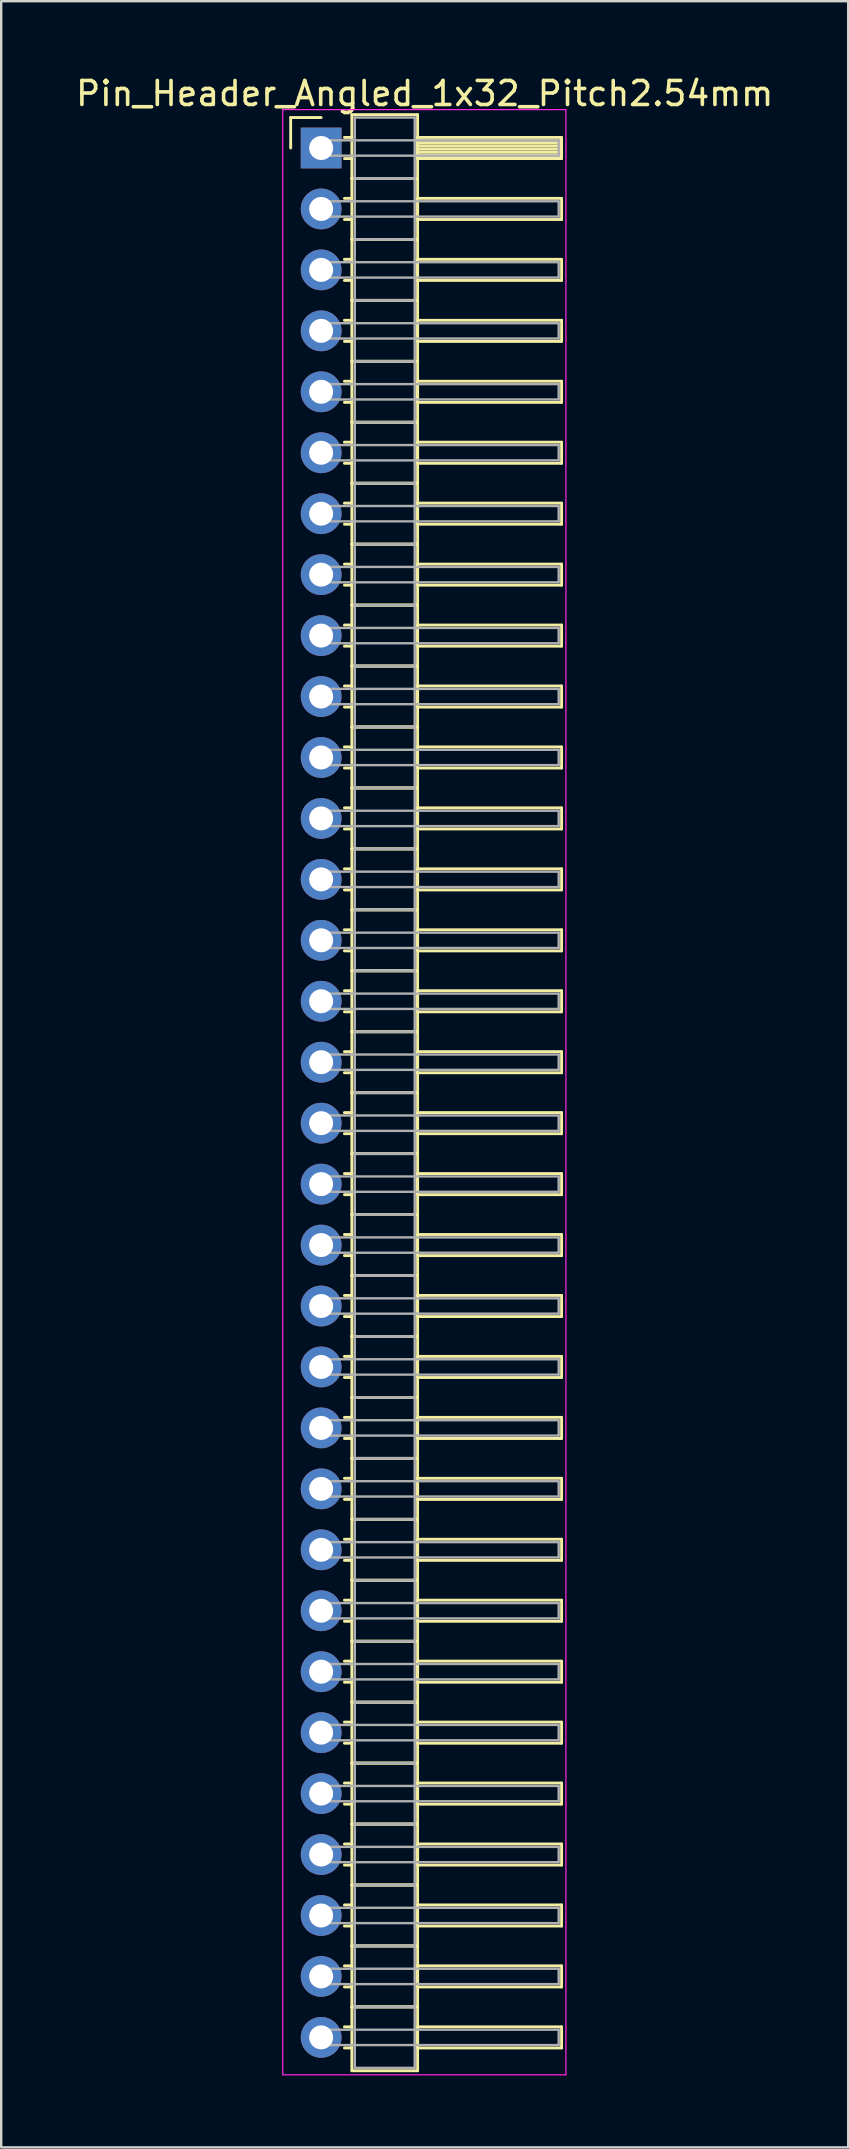
<source format=kicad_pcb>
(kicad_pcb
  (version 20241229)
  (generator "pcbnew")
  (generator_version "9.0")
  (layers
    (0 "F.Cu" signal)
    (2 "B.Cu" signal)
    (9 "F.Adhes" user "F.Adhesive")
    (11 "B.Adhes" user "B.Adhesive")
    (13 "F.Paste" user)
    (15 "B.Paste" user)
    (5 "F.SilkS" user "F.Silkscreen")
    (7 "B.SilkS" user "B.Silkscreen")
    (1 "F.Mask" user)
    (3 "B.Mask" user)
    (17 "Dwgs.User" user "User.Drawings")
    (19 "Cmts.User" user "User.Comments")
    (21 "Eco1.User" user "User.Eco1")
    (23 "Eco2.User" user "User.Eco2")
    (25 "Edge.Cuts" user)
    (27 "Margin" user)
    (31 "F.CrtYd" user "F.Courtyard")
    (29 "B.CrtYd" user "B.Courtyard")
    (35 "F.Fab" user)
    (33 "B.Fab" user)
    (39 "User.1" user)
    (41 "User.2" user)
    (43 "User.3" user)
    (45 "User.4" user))
  (footprint "Pin_Header_Angled_1x32_Pitch2.54mm"
    (layer "F.Cu")
    (at 10.334 3.118)
    (property "Reference" "Pin_Header_Angled_1x32_Pitch2.54mm" (at 4.315 -2.27 0) (layer "F.SilkS") (effects (font (size 1 1) (thickness 0.15))))
    (attr through_hole)
    (fp_line (start -1.27 -1.27) (end 0 -1.27) (stroke (width 0.12) (type solid)) (layer "F.SilkS"))
    (fp_line (start -1.27 0) (end -1.27 -1.27) (stroke (width 0.12) (type solid)) (layer "F.SilkS"))
    (fp_line (start 0.97 -0.44) (end 1.28 -0.44) (stroke (width 0.12) (type solid)) (layer "F.SilkS"))
    (fp_line (start 0.97 0.44) (end 1.28 0.44) (stroke (width 0.12) (type solid)) (layer "F.SilkS"))
    (fp_line (start 0.97 2.1) (end 1.28 2.1) (stroke (width 0.12) (type solid)) (layer "F.SilkS"))
    (fp_line (start 0.97 2.98) (end 1.28 2.98) (stroke (width 0.12) (type solid)) (layer "F.SilkS"))
    (fp_line (start 0.97 4.64) (end 1.28 4.64) (stroke (width 0.12) (type solid)) (layer "F.SilkS"))
    (fp_line (start 0.97 5.52) (end 1.28 5.52) (stroke (width 0.12) (type solid)) (layer "F.SilkS"))
    (fp_line (start 0.97 7.18) (end 1.28 7.18) (stroke (width 0.12) (type solid)) (layer "F.SilkS"))
    (fp_line (start 0.97 8.06) (end 1.28 8.06) (stroke (width 0.12) (type solid)) (layer "F.SilkS"))
    (fp_line (start 0.97 9.72) (end 1.28 9.72) (stroke (width 0.12) (type solid)) (layer "F.SilkS"))
    (fp_line (start 0.97 10.6) (end 1.28 10.6) (stroke (width 0.12) (type solid)) (layer "F.SilkS"))
    (fp_line (start 0.97 12.26) (end 1.28 12.26) (stroke (width 0.12) (type solid)) (layer "F.SilkS"))
    (fp_line (start 0.97 13.14) (end 1.28 13.14) (stroke (width 0.12) (type solid)) (layer "F.SilkS"))
    (fp_line (start 0.97 14.8) (end 1.28 14.8) (stroke (width 0.12) (type solid)) (layer "F.SilkS"))
    (fp_line (start 0.97 15.68) (end 1.28 15.68) (stroke (width 0.12) (type solid)) (layer "F.SilkS"))
    (fp_line (start 0.97 17.34) (end 1.28 17.34) (stroke (width 0.12) (type solid)) (layer "F.SilkS"))
    (fp_line (start 0.97 18.22) (end 1.28 18.22) (stroke (width 0.12) (type solid)) (layer "F.SilkS"))
    (fp_line (start 0.97 19.88) (end 1.28 19.88) (stroke (width 0.12) (type solid)) (layer "F.SilkS"))
    (fp_line (start 0.97 20.76) (end 1.28 20.76) (stroke (width 0.12) (type solid)) (layer "F.SilkS"))
    (fp_line (start 0.97 22.42) (end 1.28 22.42) (stroke (width 0.12) (type solid)) (layer "F.SilkS"))
    (fp_line (start 0.97 23.3) (end 1.28 23.3) (stroke (width 0.12) (type solid)) (layer "F.SilkS"))
    (fp_line (start 0.97 24.96) (end 1.28 24.96) (stroke (width 0.12) (type solid)) (layer "F.SilkS"))
    (fp_line (start 0.97 25.84) (end 1.28 25.84) (stroke (width 0.12) (type solid)) (layer "F.SilkS"))
    (fp_line (start 0.97 27.5) (end 1.28 27.5) (stroke (width 0.12) (type solid)) (layer "F.SilkS"))
    (fp_line (start 0.97 28.38) (end 1.28 28.38) (stroke (width 0.12) (type solid)) (layer "F.SilkS"))
    (fp_line (start 0.97 30.04) (end 1.28 30.04) (stroke (width 0.12) (type solid)) (layer "F.SilkS"))
    (fp_line (start 0.97 30.92) (end 1.28 30.92) (stroke (width 0.12) (type solid)) (layer "F.SilkS"))
    (fp_line (start 0.97 32.58) (end 1.28 32.58) (stroke (width 0.12) (type solid)) (layer "F.SilkS"))
    (fp_line (start 0.97 33.46) (end 1.28 33.46) (stroke (width 0.12) (type solid)) (layer "F.SilkS"))
    (fp_line (start 0.97 35.12) (end 1.28 35.12) (stroke (width 0.12) (type solid)) (layer "F.SilkS"))
    (fp_line (start 0.97 36) (end 1.28 36) (stroke (width 0.12) (type solid)) (layer "F.SilkS"))
    (fp_line (start 0.97 37.66) (end 1.28 37.66) (stroke (width 0.12) (type solid)) (layer "F.SilkS"))
    (fp_line (start 0.97 38.54) (end 1.28 38.54) (stroke (width 0.12) (type solid)) (layer "F.SilkS"))
    (fp_line (start 0.97 40.2) (end 1.28 40.2) (stroke (width 0.12) (type solid)) (layer "F.SilkS"))
    (fp_line (start 0.97 41.08) (end 1.28 41.08) (stroke (width 0.12) (type solid)) (layer "F.SilkS"))
    (fp_line (start 0.97 42.74) (end 1.28 42.74) (stroke (width 0.12) (type solid)) (layer "F.SilkS"))
    (fp_line (start 0.97 43.62) (end 1.28 43.62) (stroke (width 0.12) (type solid)) (layer "F.SilkS"))
    (fp_line (start 0.97 45.28) (end 1.28 45.28) (stroke (width 0.12) (type solid)) (layer "F.SilkS"))
    (fp_line (start 0.97 46.16) (end 1.28 46.16) (stroke (width 0.12) (type solid)) (layer "F.SilkS"))
    (fp_line (start 0.97 47.82) (end 1.28 47.82) (stroke (width 0.12) (type solid)) (layer "F.SilkS"))
    (fp_line (start 0.97 48.7) (end 1.28 48.7) (stroke (width 0.12) (type solid)) (layer "F.SilkS"))
    (fp_line (start 0.97 50.36) (end 1.28 50.36) (stroke (width 0.12) (type solid)) (layer "F.SilkS"))
    (fp_line (start 0.97 51.24) (end 1.28 51.24) (stroke (width 0.12) (type solid)) (layer "F.SilkS"))
    (fp_line (start 0.97 52.9) (end 1.28 52.9) (stroke (width 0.12) (type solid)) (layer "F.SilkS"))
    (fp_line (start 0.97 53.78) (end 1.28 53.78) (stroke (width 0.12) (type solid)) (layer "F.SilkS"))
    (fp_line (start 0.97 55.44) (end 1.28 55.44) (stroke (width 0.12) (type solid)) (layer "F.SilkS"))
    (fp_line (start 0.97 56.32) (end 1.28 56.32) (stroke (width 0.12) (type solid)) (layer "F.SilkS"))
    (fp_line (start 0.97 57.98) (end 1.28 57.98) (stroke (width 0.12) (type solid)) (layer "F.SilkS"))
    (fp_line (start 0.97 58.86) (end 1.28 58.86) (stroke (width 0.12) (type solid)) (layer "F.SilkS"))
    (fp_line (start 0.97 60.52) (end 1.28 60.52) (stroke (width 0.12) (type solid)) (layer "F.SilkS"))
    (fp_line (start 0.97 61.4) (end 1.28 61.4) (stroke (width 0.12) (type solid)) (layer "F.SilkS"))
    (fp_line (start 0.97 63.06) (end 1.28 63.06) (stroke (width 0.12) (type solid)) (layer "F.SilkS"))
    (fp_line (start 0.97 63.94) (end 1.28 63.94) (stroke (width 0.12) (type solid)) (layer "F.SilkS"))
    (fp_line (start 0.97 65.6) (end 1.28 65.6) (stroke (width 0.12) (type solid)) (layer "F.SilkS"))
    (fp_line (start 0.97 66.48) (end 1.28 66.48) (stroke (width 0.12) (type solid)) (layer "F.SilkS"))
    (fp_line (start 0.97 68.14) (end 1.28 68.14) (stroke (width 0.12) (type solid)) (layer "F.SilkS"))
    (fp_line (start 0.97 69.02) (end 1.28 69.02) (stroke (width 0.12) (type solid)) (layer "F.SilkS"))
    (fp_line (start 0.97 70.68) (end 1.28 70.68) (stroke (width 0.12) (type solid)) (layer "F.SilkS"))
    (fp_line (start 0.97 71.56) (end 1.28 71.56) (stroke (width 0.12) (type solid)) (layer "F.SilkS"))
    (fp_line (start 0.97 73.22) (end 1.28 73.22) (stroke (width 0.12) (type solid)) (layer "F.SilkS"))
    (fp_line (start 0.97 74.1) (end 1.28 74.1) (stroke (width 0.12) (type solid)) (layer "F.SilkS"))
    (fp_line (start 0.97 75.76) (end 1.28 75.76) (stroke (width 0.12) (type solid)) (layer "F.SilkS"))
    (fp_line (start 0.97 76.64) (end 1.28 76.64) (stroke (width 0.12) (type solid)) (layer "F.SilkS"))
    (fp_line (start 0.97 78.3) (end 1.28 78.3) (stroke (width 0.12) (type solid)) (layer "F.SilkS"))
    (fp_line (start 0.97 79.18) (end 1.28 79.18) (stroke (width 0.12) (type solid)) (layer "F.SilkS"))
    (fp_line (start 1.28 -1.39) (end 1.28 1.27) (stroke (width 0.12) (type solid)) (layer "F.SilkS"))
    (fp_line (start 1.28 1.27) (end 1.28 3.81) (stroke (width 0.12) (type solid)) (layer "F.SilkS"))
    (fp_line (start 1.28 1.27) (end 4.02 1.27) (stroke (width 0.12) (type solid)) (layer "F.SilkS"))
    (fp_line (start 1.28 3.81) (end 1.28 6.35) (stroke (width 0.12) (type solid)) (layer "F.SilkS"))
    (fp_line (start 1.28 3.81) (end 4.02 3.81) (stroke (width 0.12) (type solid)) (layer "F.SilkS"))
    (fp_line (start 1.28 6.35) (end 1.28 8.89) (stroke (width 0.12) (type solid)) (layer "F.SilkS"))
    (fp_line (start 1.28 6.35) (end 4.02 6.35) (stroke (width 0.12) (type solid)) (layer "F.SilkS"))
    (fp_line (start 1.28 8.89) (end 1.28 11.43) (stroke (width 0.12) (type solid)) (layer "F.SilkS"))
    (fp_line (start 1.28 8.89) (end 4.02 8.89) (stroke (width 0.12) (type solid)) (layer "F.SilkS"))
    (fp_line (start 1.28 11.43) (end 1.28 13.97) (stroke (width 0.12) (type solid)) (layer "F.SilkS"))
    (fp_line (start 1.28 11.43) (end 4.02 11.43) (stroke (width 0.12) (type solid)) (layer "F.SilkS"))
    (fp_line (start 1.28 13.97) (end 1.28 16.51) (stroke (width 0.12) (type solid)) (layer "F.SilkS"))
    (fp_line (start 1.28 13.97) (end 4.02 13.97) (stroke (width 0.12) (type solid)) (layer "F.SilkS"))
    (fp_line (start 1.28 16.51) (end 1.28 19.05) (stroke (width 0.12) (type solid)) (layer "F.SilkS"))
    (fp_line (start 1.28 16.51) (end 4.02 16.51) (stroke (width 0.12) (type solid)) (layer "F.SilkS"))
    (fp_line (start 1.28 19.05) (end 1.28 21.59) (stroke (width 0.12) (type solid)) (layer "F.SilkS"))
    (fp_line (start 1.28 19.05) (end 4.02 19.05) (stroke (width 0.12) (type solid)) (layer "F.SilkS"))
    (fp_line (start 1.28 21.59) (end 1.28 24.13) (stroke (width 0.12) (type solid)) (layer "F.SilkS"))
    (fp_line (start 1.28 21.59) (end 4.02 21.59) (stroke (width 0.12) (type solid)) (layer "F.SilkS"))
    (fp_line (start 1.28 24.13) (end 1.28 26.67) (stroke (width 0.12) (type solid)) (layer "F.SilkS"))
    (fp_line (start 1.28 24.13) (end 4.02 24.13) (stroke (width 0.12) (type solid)) (layer "F.SilkS"))
    (fp_line (start 1.28 26.67) (end 1.28 29.21) (stroke (width 0.12) (type solid)) (layer "F.SilkS"))
    (fp_line (start 1.28 26.67) (end 4.02 26.67) (stroke (width 0.12) (type solid)) (layer "F.SilkS"))
    (fp_line (start 1.28 29.21) (end 1.28 31.75) (stroke (width 0.12) (type solid)) (layer "F.SilkS"))
    (fp_line (start 1.28 29.21) (end 4.02 29.21) (stroke (width 0.12) (type solid)) (layer "F.SilkS"))
    (fp_line (start 1.28 31.75) (end 1.28 34.29) (stroke (width 0.12) (type solid)) (layer "F.SilkS"))
    (fp_line (start 1.28 31.75) (end 4.02 31.75) (stroke (width 0.12) (type solid)) (layer "F.SilkS"))
    (fp_line (start 1.28 34.29) (end 1.28 36.83) (stroke (width 0.12) (type solid)) (layer "F.SilkS"))
    (fp_line (start 1.28 34.29) (end 4.02 34.29) (stroke (width 0.12) (type solid)) (layer "F.SilkS"))
    (fp_line (start 1.28 36.83) (end 1.28 39.37) (stroke (width 0.12) (type solid)) (layer "F.SilkS"))
    (fp_line (start 1.28 36.83) (end 4.02 36.83) (stroke (width 0.12) (type solid)) (layer "F.SilkS"))
    (fp_line (start 1.28 39.37) (end 1.28 41.91) (stroke (width 0.12) (type solid)) (layer "F.SilkS"))
    (fp_line (start 1.28 39.37) (end 4.02 39.37) (stroke (width 0.12) (type solid)) (layer "F.SilkS"))
    (fp_line (start 1.28 41.91) (end 1.28 44.45) (stroke (width 0.12) (type solid)) (layer "F.SilkS"))
    (fp_line (start 1.28 41.91) (end 4.02 41.91) (stroke (width 0.12) (type solid)) (layer "F.SilkS"))
    (fp_line (start 1.28 44.45) (end 1.28 46.99) (stroke (width 0.12) (type solid)) (layer "F.SilkS"))
    (fp_line (start 1.28 44.45) (end 4.02 44.45) (stroke (width 0.12) (type solid)) (layer "F.SilkS"))
    (fp_line (start 1.28 46.99) (end 1.28 49.53) (stroke (width 0.12) (type solid)) (layer "F.SilkS"))
    (fp_line (start 1.28 46.99) (end 4.02 46.99) (stroke (width 0.12) (type solid)) (layer "F.SilkS"))
    (fp_line (start 1.28 49.53) (end 1.28 52.07) (stroke (width 0.12) (type solid)) (layer "F.SilkS"))
    (fp_line (start 1.28 49.53) (end 4.02 49.53) (stroke (width 0.12) (type solid)) (layer "F.SilkS"))
    (fp_line (start 1.28 52.07) (end 1.28 54.61) (stroke (width 0.12) (type solid)) (layer "F.SilkS"))
    (fp_line (start 1.28 52.07) (end 4.02 52.07) (stroke (width 0.12) (type solid)) (layer "F.SilkS"))
    (fp_line (start 1.28 54.61) (end 1.28 57.15) (stroke (width 0.12) (type solid)) (layer "F.SilkS"))
    (fp_line (start 1.28 54.61) (end 4.02 54.61) (stroke (width 0.12) (type solid)) (layer "F.SilkS"))
    (fp_line (start 1.28 57.15) (end 1.28 59.69) (stroke (width 0.12) (type solid)) (layer "F.SilkS"))
    (fp_line (start 1.28 57.15) (end 4.02 57.15) (stroke (width 0.12) (type solid)) (layer "F.SilkS"))
    (fp_line (start 1.28 59.69) (end 1.28 62.23) (stroke (width 0.12) (type solid)) (layer "F.SilkS"))
    (fp_line (start 1.28 59.69) (end 4.02 59.69) (stroke (width 0.12) (type solid)) (layer "F.SilkS"))
    (fp_line (start 1.28 62.23) (end 1.28 64.77) (stroke (width 0.12) (type solid)) (layer "F.SilkS"))
    (fp_line (start 1.28 62.23) (end 4.02 62.23) (stroke (width 0.12) (type solid)) (layer "F.SilkS"))
    (fp_line (start 1.28 64.77) (end 1.28 67.31) (stroke (width 0.12) (type solid)) (layer "F.SilkS"))
    (fp_line (start 1.28 64.77) (end 4.02 64.77) (stroke (width 0.12) (type solid)) (layer "F.SilkS"))
    (fp_line (start 1.28 67.31) (end 1.28 69.85) (stroke (width 0.12) (type solid)) (layer "F.SilkS"))
    (fp_line (start 1.28 67.31) (end 4.02 67.31) (stroke (width 0.12) (type solid)) (layer "F.SilkS"))
    (fp_line (start 1.28 69.85) (end 1.28 72.39) (stroke (width 0.12) (type solid)) (layer "F.SilkS"))
    (fp_line (start 1.28 69.85) (end 4.02 69.85) (stroke (width 0.12) (type solid)) (layer "F.SilkS"))
    (fp_line (start 1.28 72.39) (end 1.28 74.93) (stroke (width 0.12) (type solid)) (layer "F.SilkS"))
    (fp_line (start 1.28 72.39) (end 4.02 72.39) (stroke (width 0.12) (type solid)) (layer "F.SilkS"))
    (fp_line (start 1.28 74.93) (end 1.28 77.47) (stroke (width 0.12) (type solid)) (layer "F.SilkS"))
    (fp_line (start 1.28 74.93) (end 4.02 74.93) (stroke (width 0.12) (type solid)) (layer "F.SilkS"))
    (fp_line (start 1.28 77.47) (end 1.28 80.13) (stroke (width 0.12) (type solid)) (layer "F.SilkS"))
    (fp_line (start 1.28 77.47) (end 4.02 77.47) (stroke (width 0.12) (type solid)) (layer "F.SilkS"))
    (fp_line (start 1.28 80.13) (end 4.02 80.13) (stroke (width 0.12) (type solid)) (layer "F.SilkS"))
    (fp_line (start 4.02 -1.39) (end 1.28 -1.39) (stroke (width 0.12) (type solid)) (layer "F.SilkS"))
    (fp_line (start 4.02 -0.44) (end 4.02 0.44) (stroke (width 0.12) (type solid)) (layer "F.SilkS"))
    (fp_line (start 4.02 -0.32) (end 10.02 -0.32) (stroke (width 0.12) (type solid)) (layer "F.SilkS"))
    (fp_line (start 4.02 -0.2) (end 10.02 -0.2) (stroke (width 0.12) (type solid)) (layer "F.SilkS"))
    (fp_line (start 4.02 -0.08) (end 10.02 -0.08) (stroke (width 0.12) (type solid)) (layer "F.SilkS"))
    (fp_line (start 4.02 0.04) (end 10.02 0.04) (stroke (width 0.12) (type solid)) (layer "F.SilkS"))
    (fp_line (start 4.02 0.16) (end 10.02 0.16) (stroke (width 0.12) (type solid)) (layer "F.SilkS"))
    (fp_line (start 4.02 0.28) (end 10.02 0.28) (stroke (width 0.12) (type solid)) (layer "F.SilkS"))
    (fp_line (start 4.02 0.4) (end 10.02 0.4) (stroke (width 0.12) (type solid)) (layer "F.SilkS"))
    (fp_line (start 4.02 0.44) (end 10.02 0.44) (stroke (width 0.12) (type solid)) (layer "F.SilkS"))
    (fp_line (start 4.02 1.27) (end 1.28 1.27) (stroke (width 0.12) (type solid)) (layer "F.SilkS"))
    (fp_line (start 4.02 1.27) (end 4.02 -1.39) (stroke (width 0.12) (type solid)) (layer "F.SilkS"))
    (fp_line (start 4.02 2.1) (end 4.02 2.98) (stroke (width 0.12) (type solid)) (layer "F.SilkS"))
    (fp_line (start 4.02 2.98) (end 10.02 2.98) (stroke (width 0.12) (type solid)) (layer "F.SilkS"))
    (fp_line (start 4.02 3.81) (end 1.28 3.81) (stroke (width 0.12) (type solid)) (layer "F.SilkS"))
    (fp_line (start 4.02 3.81) (end 4.02 1.27) (stroke (width 0.12) (type solid)) (layer "F.SilkS"))
    (fp_line (start 4.02 4.64) (end 4.02 5.52) (stroke (width 0.12) (type solid)) (layer "F.SilkS"))
    (fp_line (start 4.02 5.52) (end 10.02 5.52) (stroke (width 0.12) (type solid)) (layer "F.SilkS"))
    (fp_line (start 4.02 6.35) (end 1.28 6.35) (stroke (width 0.12) (type solid)) (layer "F.SilkS"))
    (fp_line (start 4.02 6.35) (end 4.02 3.81) (stroke (width 0.12) (type solid)) (layer "F.SilkS"))
    (fp_line (start 4.02 7.18) (end 4.02 8.06) (stroke (width 0.12) (type solid)) (layer "F.SilkS"))
    (fp_line (start 4.02 8.06) (end 10.02 8.06) (stroke (width 0.12) (type solid)) (layer "F.SilkS"))
    (fp_line (start 4.02 8.89) (end 1.28 8.89) (stroke (width 0.12) (type solid)) (layer "F.SilkS"))
    (fp_line (start 4.02 8.89) (end 4.02 6.35) (stroke (width 0.12) (type solid)) (layer "F.SilkS"))
    (fp_line (start 4.02 9.72) (end 4.02 10.6) (stroke (width 0.12) (type solid)) (layer "F.SilkS"))
    (fp_line (start 4.02 10.6) (end 10.02 10.6) (stroke (width 0.12) (type solid)) (layer "F.SilkS"))
    (fp_line (start 4.02 11.43) (end 1.28 11.43) (stroke (width 0.12) (type solid)) (layer "F.SilkS"))
    (fp_line (start 4.02 11.43) (end 4.02 8.89) (stroke (width 0.12) (type solid)) (layer "F.SilkS"))
    (fp_line (start 4.02 12.26) (end 4.02 13.14) (stroke (width 0.12) (type solid)) (layer "F.SilkS"))
    (fp_line (start 4.02 13.14) (end 10.02 13.14) (stroke (width 0.12) (type solid)) (layer "F.SilkS"))
    (fp_line (start 4.02 13.97) (end 1.28 13.97) (stroke (width 0.12) (type solid)) (layer "F.SilkS"))
    (fp_line (start 4.02 13.97) (end 4.02 11.43) (stroke (width 0.12) (type solid)) (layer "F.SilkS"))
    (fp_line (start 4.02 14.8) (end 4.02 15.68) (stroke (width 0.12) (type solid)) (layer "F.SilkS"))
    (fp_line (start 4.02 15.68) (end 10.02 15.68) (stroke (width 0.12) (type solid)) (layer "F.SilkS"))
    (fp_line (start 4.02 16.51) (end 1.28 16.51) (stroke (width 0.12) (type solid)) (layer "F.SilkS"))
    (fp_line (start 4.02 16.51) (end 4.02 13.97) (stroke (width 0.12) (type solid)) (layer "F.SilkS"))
    (fp_line (start 4.02 17.34) (end 4.02 18.22) (stroke (width 0.12) (type solid)) (layer "F.SilkS"))
    (fp_line (start 4.02 18.22) (end 10.02 18.22) (stroke (width 0.12) (type solid)) (layer "F.SilkS"))
    (fp_line (start 4.02 19.05) (end 1.28 19.05) (stroke (width 0.12) (type solid)) (layer "F.SilkS"))
    (fp_line (start 4.02 19.05) (end 4.02 16.51) (stroke (width 0.12) (type solid)) (layer "F.SilkS"))
    (fp_line (start 4.02 19.88) (end 4.02 20.76) (stroke (width 0.12) (type solid)) (layer "F.SilkS"))
    (fp_line (start 4.02 20.76) (end 10.02 20.76) (stroke (width 0.12) (type solid)) (layer "F.SilkS"))
    (fp_line (start 4.02 21.59) (end 1.28 21.59) (stroke (width 0.12) (type solid)) (layer "F.SilkS"))
    (fp_line (start 4.02 21.59) (end 4.02 19.05) (stroke (width 0.12) (type solid)) (layer "F.SilkS"))
    (fp_line (start 4.02 22.42) (end 4.02 23.3) (stroke (width 0.12) (type solid)) (layer "F.SilkS"))
    (fp_line (start 4.02 23.3) (end 10.02 23.3) (stroke (width 0.12) (type solid)) (layer "F.SilkS"))
    (fp_line (start 4.02 24.13) (end 1.28 24.13) (stroke (width 0.12) (type solid)) (layer "F.SilkS"))
    (fp_line (start 4.02 24.13) (end 4.02 21.59) (stroke (width 0.12) (type solid)) (layer "F.SilkS"))
    (fp_line (start 4.02 24.96) (end 4.02 25.84) (stroke (width 0.12) (type solid)) (layer "F.SilkS"))
    (fp_line (start 4.02 25.84) (end 10.02 25.84) (stroke (width 0.12) (type solid)) (layer "F.SilkS"))
    (fp_line (start 4.02 26.67) (end 1.28 26.67) (stroke (width 0.12) (type solid)) (layer "F.SilkS"))
    (fp_line (start 4.02 26.67) (end 4.02 24.13) (stroke (width 0.12) (type solid)) (layer "F.SilkS"))
    (fp_line (start 4.02 27.5) (end 4.02 28.38) (stroke (width 0.12) (type solid)) (layer "F.SilkS"))
    (fp_line (start 4.02 28.38) (end 10.02 28.38) (stroke (width 0.12) (type solid)) (layer "F.SilkS"))
    (fp_line (start 4.02 29.21) (end 1.28 29.21) (stroke (width 0.12) (type solid)) (layer "F.SilkS"))
    (fp_line (start 4.02 29.21) (end 4.02 26.67) (stroke (width 0.12) (type solid)) (layer "F.SilkS"))
    (fp_line (start 4.02 30.04) (end 4.02 30.92) (stroke (width 0.12) (type solid)) (layer "F.SilkS"))
    (fp_line (start 4.02 30.92) (end 10.02 30.92) (stroke (width 0.12) (type solid)) (layer "F.SilkS"))
    (fp_line (start 4.02 31.75) (end 1.28 31.75) (stroke (width 0.12) (type solid)) (layer "F.SilkS"))
    (fp_line (start 4.02 31.75) (end 4.02 29.21) (stroke (width 0.12) (type solid)) (layer "F.SilkS"))
    (fp_line (start 4.02 32.58) (end 4.02 33.46) (stroke (width 0.12) (type solid)) (layer "F.SilkS"))
    (fp_line (start 4.02 33.46) (end 10.02 33.46) (stroke (width 0.12) (type solid)) (layer "F.SilkS"))
    (fp_line (start 4.02 34.29) (end 1.28 34.29) (stroke (width 0.12) (type solid)) (layer "F.SilkS"))
    (fp_line (start 4.02 34.29) (end 4.02 31.75) (stroke (width 0.12) (type solid)) (layer "F.SilkS"))
    (fp_line (start 4.02 35.12) (end 4.02 36) (stroke (width 0.12) (type solid)) (layer "F.SilkS"))
    (fp_line (start 4.02 36) (end 10.02 36) (stroke (width 0.12) (type solid)) (layer "F.SilkS"))
    (fp_line (start 4.02 36.83) (end 1.28 36.83) (stroke (width 0.12) (type solid)) (layer "F.SilkS"))
    (fp_line (start 4.02 36.83) (end 4.02 34.29) (stroke (width 0.12) (type solid)) (layer "F.SilkS"))
    (fp_line (start 4.02 37.66) (end 4.02 38.54) (stroke (width 0.12) (type solid)) (layer "F.SilkS"))
    (fp_line (start 4.02 38.54) (end 10.02 38.54) (stroke (width 0.12) (type solid)) (layer "F.SilkS"))
    (fp_line (start 4.02 39.37) (end 1.28 39.37) (stroke (width 0.12) (type solid)) (layer "F.SilkS"))
    (fp_line (start 4.02 39.37) (end 4.02 36.83) (stroke (width 0.12) (type solid)) (layer "F.SilkS"))
    (fp_line (start 4.02 40.2) (end 4.02 41.08) (stroke (width 0.12) (type solid)) (layer "F.SilkS"))
    (fp_line (start 4.02 41.08) (end 10.02 41.08) (stroke (width 0.12) (type solid)) (layer "F.SilkS"))
    (fp_line (start 4.02 41.91) (end 1.28 41.91) (stroke (width 0.12) (type solid)) (layer "F.SilkS"))
    (fp_line (start 4.02 41.91) (end 4.02 39.37) (stroke (width 0.12) (type solid)) (layer "F.SilkS"))
    (fp_line (start 4.02 42.74) (end 4.02 43.62) (stroke (width 0.12) (type solid)) (layer "F.SilkS"))
    (fp_line (start 4.02 43.62) (end 10.02 43.62) (stroke (width 0.12) (type solid)) (layer "F.SilkS"))
    (fp_line (start 4.02 44.45) (end 1.28 44.45) (stroke (width 0.12) (type solid)) (layer "F.SilkS"))
    (fp_line (start 4.02 44.45) (end 4.02 41.91) (stroke (width 0.12) (type solid)) (layer "F.SilkS"))
    (fp_line (start 4.02 45.28) (end 4.02 46.16) (stroke (width 0.12) (type solid)) (layer "F.SilkS"))
    (fp_line (start 4.02 46.16) (end 10.02 46.16) (stroke (width 0.12) (type solid)) (layer "F.SilkS"))
    (fp_line (start 4.02 46.99) (end 1.28 46.99) (stroke (width 0.12) (type solid)) (layer "F.SilkS"))
    (fp_line (start 4.02 46.99) (end 4.02 44.45) (stroke (width 0.12) (type solid)) (layer "F.SilkS"))
    (fp_line (start 4.02 47.82) (end 4.02 48.7) (stroke (width 0.12) (type solid)) (layer "F.SilkS"))
    (fp_line (start 4.02 48.7) (end 10.02 48.7) (stroke (width 0.12) (type solid)) (layer "F.SilkS"))
    (fp_line (start 4.02 49.53) (end 1.28 49.53) (stroke (width 0.12) (type solid)) (layer "F.SilkS"))
    (fp_line (start 4.02 49.53) (end 4.02 46.99) (stroke (width 0.12) (type solid)) (layer "F.SilkS"))
    (fp_line (start 4.02 50.36) (end 4.02 51.24) (stroke (width 0.12) (type solid)) (layer "F.SilkS"))
    (fp_line (start 4.02 51.24) (end 10.02 51.24) (stroke (width 0.12) (type solid)) (layer "F.SilkS"))
    (fp_line (start 4.02 52.07) (end 1.28 52.07) (stroke (width 0.12) (type solid)) (layer "F.SilkS"))
    (fp_line (start 4.02 52.07) (end 4.02 49.53) (stroke (width 0.12) (type solid)) (layer "F.SilkS"))
    (fp_line (start 4.02 52.9) (end 4.02 53.78) (stroke (width 0.12) (type solid)) (layer "F.SilkS"))
    (fp_line (start 4.02 53.78) (end 10.02 53.78) (stroke (width 0.12) (type solid)) (layer "F.SilkS"))
    (fp_line (start 4.02 54.61) (end 1.28 54.61) (stroke (width 0.12) (type solid)) (layer "F.SilkS"))
    (fp_line (start 4.02 54.61) (end 4.02 52.07) (stroke (width 0.12) (type solid)) (layer "F.SilkS"))
    (fp_line (start 4.02 55.44) (end 4.02 56.32) (stroke (width 0.12) (type solid)) (layer "F.SilkS"))
    (fp_line (start 4.02 56.32) (end 10.02 56.32) (stroke (width 0.12) (type solid)) (layer "F.SilkS"))
    (fp_line (start 4.02 57.15) (end 1.28 57.15) (stroke (width 0.12) (type solid)) (layer "F.SilkS"))
    (fp_line (start 4.02 57.15) (end 4.02 54.61) (stroke (width 0.12) (type solid)) (layer "F.SilkS"))
    (fp_line (start 4.02 57.98) (end 4.02 58.86) (stroke (width 0.12) (type solid)) (layer "F.SilkS"))
    (fp_line (start 4.02 58.86) (end 10.02 58.86) (stroke (width 0.12) (type solid)) (layer "F.SilkS"))
    (fp_line (start 4.02 59.69) (end 1.28 59.69) (stroke (width 0.12) (type solid)) (layer "F.SilkS"))
    (fp_line (start 4.02 59.69) (end 4.02 57.15) (stroke (width 0.12) (type solid)) (layer "F.SilkS"))
    (fp_line (start 4.02 60.52) (end 4.02 61.4) (stroke (width 0.12) (type solid)) (layer "F.SilkS"))
    (fp_line (start 4.02 61.4) (end 10.02 61.4) (stroke (width 0.12) (type solid)) (layer "F.SilkS"))
    (fp_line (start 4.02 62.23) (end 1.28 62.23) (stroke (width 0.12) (type solid)) (layer "F.SilkS"))
    (fp_line (start 4.02 62.23) (end 4.02 59.69) (stroke (width 0.12) (type solid)) (layer "F.SilkS"))
    (fp_line (start 4.02 63.06) (end 4.02 63.94) (stroke (width 0.12) (type solid)) (layer "F.SilkS"))
    (fp_line (start 4.02 63.94) (end 10.02 63.94) (stroke (width 0.12) (type solid)) (layer "F.SilkS"))
    (fp_line (start 4.02 64.77) (end 1.28 64.77) (stroke (width 0.12) (type solid)) (layer "F.SilkS"))
    (fp_line (start 4.02 64.77) (end 4.02 62.23) (stroke (width 0.12) (type solid)) (layer "F.SilkS"))
    (fp_line (start 4.02 65.6) (end 4.02 66.48) (stroke (width 0.12) (type solid)) (layer "F.SilkS"))
    (fp_line (start 4.02 66.48) (end 10.02 66.48) (stroke (width 0.12) (type solid)) (layer "F.SilkS"))
    (fp_line (start 4.02 67.31) (end 1.28 67.31) (stroke (width 0.12) (type solid)) (layer "F.SilkS"))
    (fp_line (start 4.02 67.31) (end 4.02 64.77) (stroke (width 0.12) (type solid)) (layer "F.SilkS"))
    (fp_line (start 4.02 68.14) (end 4.02 69.02) (stroke (width 0.12) (type solid)) (layer "F.SilkS"))
    (fp_line (start 4.02 69.02) (end 10.02 69.02) (stroke (width 0.12) (type solid)) (layer "F.SilkS"))
    (fp_line (start 4.02 69.85) (end 1.28 69.85) (stroke (width 0.12) (type solid)) (layer "F.SilkS"))
    (fp_line (start 4.02 69.85) (end 4.02 67.31) (stroke (width 0.12) (type solid)) (layer "F.SilkS"))
    (fp_line (start 4.02 70.68) (end 4.02 71.56) (stroke (width 0.12) (type solid)) (layer "F.SilkS"))
    (fp_line (start 4.02 71.56) (end 10.02 71.56) (stroke (width 0.12) (type solid)) (layer "F.SilkS"))
    (fp_line (start 4.02 72.39) (end 1.28 72.39) (stroke (width 0.12) (type solid)) (layer "F.SilkS"))
    (fp_line (start 4.02 72.39) (end 4.02 69.85) (stroke (width 0.12) (type solid)) (layer "F.SilkS"))
    (fp_line (start 4.02 73.22) (end 4.02 74.1) (stroke (width 0.12) (type solid)) (layer "F.SilkS"))
    (fp_line (start 4.02 74.1) (end 10.02 74.1) (stroke (width 0.12) (type solid)) (layer "F.SilkS"))
    (fp_line (start 4.02 74.93) (end 1.28 74.93) (stroke (width 0.12) (type solid)) (layer "F.SilkS"))
    (fp_line (start 4.02 74.93) (end 4.02 72.39) (stroke (width 0.12) (type solid)) (layer "F.SilkS"))
    (fp_line (start 4.02 75.76) (end 4.02 76.64) (stroke (width 0.12) (type solid)) (layer "F.SilkS"))
    (fp_line (start 4.02 76.64) (end 10.02 76.64) (stroke (width 0.12) (type solid)) (layer "F.SilkS"))
    (fp_line (start 4.02 77.47) (end 1.28 77.47) (stroke (width 0.12) (type solid)) (layer "F.SilkS"))
    (fp_line (start 4.02 77.47) (end 4.02 74.93) (stroke (width 0.12) (type solid)) (layer "F.SilkS"))
    (fp_line (start 4.02 78.3) (end 4.02 79.18) (stroke (width 0.12) (type solid)) (layer "F.SilkS"))
    (fp_line (start 4.02 79.18) (end 10.02 79.18) (stroke (width 0.12) (type solid)) (layer "F.SilkS"))
    (fp_line (start 4.02 80.13) (end 4.02 77.47) (stroke (width 0.12) (type solid)) (layer "F.SilkS"))
    (fp_line (start 10.02 -0.44) (end 4.02 -0.44) (stroke (width 0.12) (type solid)) (layer "F.SilkS"))
    (fp_line (start 10.02 0.44) (end 10.02 -0.44) (stroke (width 0.12) (type solid)) (layer "F.SilkS"))
    (fp_line (start 10.02 2.1) (end 4.02 2.1) (stroke (width 0.12) (type solid)) (layer "F.SilkS"))
    (fp_line (start 10.02 2.98) (end 10.02 2.1) (stroke (width 0.12) (type solid)) (layer "F.SilkS"))
    (fp_line (start 10.02 4.64) (end 4.02 4.64) (stroke (width 0.12) (type solid)) (layer "F.SilkS"))
    (fp_line (start 10.02 5.52) (end 10.02 4.64) (stroke (width 0.12) (type solid)) (layer "F.SilkS"))
    (fp_line (start 10.02 7.18) (end 4.02 7.18) (stroke (width 0.12) (type solid)) (layer "F.SilkS"))
    (fp_line (start 10.02 8.06) (end 10.02 7.18) (stroke (width 0.12) (type solid)) (layer "F.SilkS"))
    (fp_line (start 10.02 9.72) (end 4.02 9.72) (stroke (width 0.12) (type solid)) (layer "F.SilkS"))
    (fp_line (start 10.02 10.6) (end 10.02 9.72) (stroke (width 0.12) (type solid)) (layer "F.SilkS"))
    (fp_line (start 10.02 12.26) (end 4.02 12.26) (stroke (width 0.12) (type solid)) (layer "F.SilkS"))
    (fp_line (start 10.02 13.14) (end 10.02 12.26) (stroke (width 0.12) (type solid)) (layer "F.SilkS"))
    (fp_line (start 10.02 14.8) (end 4.02 14.8) (stroke (width 0.12) (type solid)) (layer "F.SilkS"))
    (fp_line (start 10.02 15.68) (end 10.02 14.8) (stroke (width 0.12) (type solid)) (layer "F.SilkS"))
    (fp_line (start 10.02 17.34) (end 4.02 17.34) (stroke (width 0.12) (type solid)) (layer "F.SilkS"))
    (fp_line (start 10.02 18.22) (end 10.02 17.34) (stroke (width 0.12) (type solid)) (layer "F.SilkS"))
    (fp_line (start 10.02 19.88) (end 4.02 19.88) (stroke (width 0.12) (type solid)) (layer "F.SilkS"))
    (fp_line (start 10.02 20.76) (end 10.02 19.88) (stroke (width 0.12) (type solid)) (layer "F.SilkS"))
    (fp_line (start 10.02 22.42) (end 4.02 22.42) (stroke (width 0.12) (type solid)) (layer "F.SilkS"))
    (fp_line (start 10.02 23.3) (end 10.02 22.42) (stroke (width 0.12) (type solid)) (layer "F.SilkS"))
    (fp_line (start 10.02 24.96) (end 4.02 24.96) (stroke (width 0.12) (type solid)) (layer "F.SilkS"))
    (fp_line (start 10.02 25.84) (end 10.02 24.96) (stroke (width 0.12) (type solid)) (layer "F.SilkS"))
    (fp_line (start 10.02 27.5) (end 4.02 27.5) (stroke (width 0.12) (type solid)) (layer "F.SilkS"))
    (fp_line (start 10.02 28.38) (end 10.02 27.5) (stroke (width 0.12) (type solid)) (layer "F.SilkS"))
    (fp_line (start 10.02 30.04) (end 4.02 30.04) (stroke (width 0.12) (type solid)) (layer "F.SilkS"))
    (fp_line (start 10.02 30.92) (end 10.02 30.04) (stroke (width 0.12) (type solid)) (layer "F.SilkS"))
    (fp_line (start 10.02 32.58) (end 4.02 32.58) (stroke (width 0.12) (type solid)) (layer "F.SilkS"))
    (fp_line (start 10.02 33.46) (end 10.02 32.58) (stroke (width 0.12) (type solid)) (layer "F.SilkS"))
    (fp_line (start 10.02 35.12) (end 4.02 35.12) (stroke (width 0.12) (type solid)) (layer "F.SilkS"))
    (fp_line (start 10.02 36) (end 10.02 35.12) (stroke (width 0.12) (type solid)) (layer "F.SilkS"))
    (fp_line (start 10.02 37.66) (end 4.02 37.66) (stroke (width 0.12) (type solid)) (layer "F.SilkS"))
    (fp_line (start 10.02 38.54) (end 10.02 37.66) (stroke (width 0.12) (type solid)) (layer "F.SilkS"))
    (fp_line (start 10.02 40.2) (end 4.02 40.2) (stroke (width 0.12) (type solid)) (layer "F.SilkS"))
    (fp_line (start 10.02 41.08) (end 10.02 40.2) (stroke (width 0.12) (type solid)) (layer "F.SilkS"))
    (fp_line (start 10.02 42.74) (end 4.02 42.74) (stroke (width 0.12) (type solid)) (layer "F.SilkS"))
    (fp_line (start 10.02 43.62) (end 10.02 42.74) (stroke (width 0.12) (type solid)) (layer "F.SilkS"))
    (fp_line (start 10.02 45.28) (end 4.02 45.28) (stroke (width 0.12) (type solid)) (layer "F.SilkS"))
    (fp_line (start 10.02 46.16) (end 10.02 45.28) (stroke (width 0.12) (type solid)) (layer "F.SilkS"))
    (fp_line (start 10.02 47.82) (end 4.02 47.82) (stroke (width 0.12) (type solid)) (layer "F.SilkS"))
    (fp_line (start 10.02 48.7) (end 10.02 47.82) (stroke (width 0.12) (type solid)) (layer "F.SilkS"))
    (fp_line (start 10.02 50.36) (end 4.02 50.36) (stroke (width 0.12) (type solid)) (layer "F.SilkS"))
    (fp_line (start 10.02 51.24) (end 10.02 50.36) (stroke (width 0.12) (type solid)) (layer "F.SilkS"))
    (fp_line (start 10.02 52.9) (end 4.02 52.9) (stroke (width 0.12) (type solid)) (layer "F.SilkS"))
    (fp_line (start 10.02 53.78) (end 10.02 52.9) (stroke (width 0.12) (type solid)) (layer "F.SilkS"))
    (fp_line (start 10.02 55.44) (end 4.02 55.44) (stroke (width 0.12) (type solid)) (layer "F.SilkS"))
    (fp_line (start 10.02 56.32) (end 10.02 55.44) (stroke (width 0.12) (type solid)) (layer "F.SilkS"))
    (fp_line (start 10.02 57.98) (end 4.02 57.98) (stroke (width 0.12) (type solid)) (layer "F.SilkS"))
    (fp_line (start 10.02 58.86) (end 10.02 57.98) (stroke (width 0.12) (type solid)) (layer "F.SilkS"))
    (fp_line (start 10.02 60.52) (end 4.02 60.52) (stroke (width 0.12) (type solid)) (layer "F.SilkS"))
    (fp_line (start 10.02 61.4) (end 10.02 60.52) (stroke (width 0.12) (type solid)) (layer "F.SilkS"))
    (fp_line (start 10.02 63.06) (end 4.02 63.06) (stroke (width 0.12) (type solid)) (layer "F.SilkS"))
    (fp_line (start 10.02 63.94) (end 10.02 63.06) (stroke (width 0.12) (type solid)) (layer "F.SilkS"))
    (fp_line (start 10.02 65.6) (end 4.02 65.6) (stroke (width 0.12) (type solid)) (layer "F.SilkS"))
    (fp_line (start 10.02 66.48) (end 10.02 65.6) (stroke (width 0.12) (type solid)) (layer "F.SilkS"))
    (fp_line (start 10.02 68.14) (end 4.02 68.14) (stroke (width 0.12) (type solid)) (layer "F.SilkS"))
    (fp_line (start 10.02 69.02) (end 10.02 68.14) (stroke (width 0.12) (type solid)) (layer "F.SilkS"))
    (fp_line (start 10.02 70.68) (end 4.02 70.68) (stroke (width 0.12) (type solid)) (layer "F.SilkS"))
    (fp_line (start 10.02 71.56) (end 10.02 70.68) (stroke (width 0.12) (type solid)) (layer "F.SilkS"))
    (fp_line (start 10.02 73.22) (end 4.02 73.22) (stroke (width 0.12) (type solid)) (layer "F.SilkS"))
    (fp_line (start 10.02 74.1) (end 10.02 73.22) (stroke (width 0.12) (type solid)) (layer "F.SilkS"))
    (fp_line (start 10.02 75.76) (end 4.02 75.76) (stroke (width 0.12) (type solid)) (layer "F.SilkS"))
    (fp_line (start 10.02 76.64) (end 10.02 75.76) (stroke (width 0.12) (type solid)) (layer "F.SilkS"))
    (fp_line (start 10.02 78.3) (end 4.02 78.3) (stroke (width 0.12) (type solid)) (layer "F.SilkS"))
    (fp_line (start 10.02 79.18) (end 10.02 78.3) (stroke (width 0.12) (type solid)) (layer "F.SilkS"))
    (fp_line (start -1.6 -1.6) (end -1.6 80.3) (stroke (width 0.05) (type solid)) (layer "F.CrtYd"))
    (fp_line (start -1.6 80.3) (end 10.2 80.3) (stroke (width 0.05) (type solid)) (layer "F.CrtYd"))
    (fp_line (start 10.2 -1.6) (end -1.6 -1.6) (stroke (width 0.05) (type solid)) (layer "F.CrtYd"))
    (fp_line (start 10.2 80.3) (end 10.2 -1.6) (stroke (width 0.05) (type solid)) (layer "F.CrtYd"))
    (fp_line (start 0 -0.32) (end 0 0.32) (stroke (width 0.1) (type solid)) (layer "F.Fab"))
    (fp_line (start 0 0.32) (end 9.9 0.32) (stroke (width 0.1) (type solid)) (layer "F.Fab"))
    (fp_line (start 0 2.22) (end 0 2.86) (stroke (width 0.1) (type solid)) (layer "F.Fab"))
    (fp_line (start 0 2.86) (end 9.9 2.86) (stroke (width 0.1) (type solid)) (layer "F.Fab"))
    (fp_line (start 0 4.76) (end 0 5.4) (stroke (width 0.1) (type solid)) (layer "F.Fab"))
    (fp_line (start 0 5.4) (end 9.9 5.4) (stroke (width 0.1) (type solid)) (layer "F.Fab"))
    (fp_line (start 0 7.3) (end 0 7.94) (stroke (width 0.1) (type solid)) (layer "F.Fab"))
    (fp_line (start 0 7.94) (end 9.9 7.94) (stroke (width 0.1) (type solid)) (layer "F.Fab"))
    (fp_line (start 0 9.84) (end 0 10.48) (stroke (width 0.1) (type solid)) (layer "F.Fab"))
    (fp_line (start 0 10.48) (end 9.9 10.48) (stroke (width 0.1) (type solid)) (layer "F.Fab"))
    (fp_line (start 0 12.38) (end 0 13.02) (stroke (width 0.1) (type solid)) (layer "F.Fab"))
    (fp_line (start 0 13.02) (end 9.9 13.02) (stroke (width 0.1) (type solid)) (layer "F.Fab"))
    (fp_line (start 0 14.92) (end 0 15.56) (stroke (width 0.1) (type solid)) (layer "F.Fab"))
    (fp_line (start 0 15.56) (end 9.9 15.56) (stroke (width 0.1) (type solid)) (layer "F.Fab"))
    (fp_line (start 0 17.46) (end 0 18.1) (stroke (width 0.1) (type solid)) (layer "F.Fab"))
    (fp_line (start 0 18.1) (end 9.9 18.1) (stroke (width 0.1) (type solid)) (layer "F.Fab"))
    (fp_line (start 0 20) (end 0 20.64) (stroke (width 0.1) (type solid)) (layer "F.Fab"))
    (fp_line (start 0 20.64) (end 9.9 20.64) (stroke (width 0.1) (type solid)) (layer "F.Fab"))
    (fp_line (start 0 22.54) (end 0 23.18) (stroke (width 0.1) (type solid)) (layer "F.Fab"))
    (fp_line (start 0 23.18) (end 9.9 23.18) (stroke (width 0.1) (type solid)) (layer "F.Fab"))
    (fp_line (start 0 25.08) (end 0 25.72) (stroke (width 0.1) (type solid)) (layer "F.Fab"))
    (fp_line (start 0 25.72) (end 9.9 25.72) (stroke (width 0.1) (type solid)) (layer "F.Fab"))
    (fp_line (start 0 27.62) (end 0 28.26) (stroke (width 0.1) (type solid)) (layer "F.Fab"))
    (fp_line (start 0 28.26) (end 9.9 28.26) (stroke (width 0.1) (type solid)) (layer "F.Fab"))
    (fp_line (start 0 30.16) (end 0 30.8) (stroke (width 0.1) (type solid)) (layer "F.Fab"))
    (fp_line (start 0 30.8) (end 9.9 30.8) (stroke (width 0.1) (type solid)) (layer "F.Fab"))
    (fp_line (start 0 32.7) (end 0 33.34) (stroke (width 0.1) (type solid)) (layer "F.Fab"))
    (fp_line (start 0 33.34) (end 9.9 33.34) (stroke (width 0.1) (type solid)) (layer "F.Fab"))
    (fp_line (start 0 35.24) (end 0 35.88) (stroke (width 0.1) (type solid)) (layer "F.Fab"))
    (fp_line (start 0 35.88) (end 9.9 35.88) (stroke (width 0.1) (type solid)) (layer "F.Fab"))
    (fp_line (start 0 37.78) (end 0 38.42) (stroke (width 0.1) (type solid)) (layer "F.Fab"))
    (fp_line (start 0 38.42) (end 9.9 38.42) (stroke (width 0.1) (type solid)) (layer "F.Fab"))
    (fp_line (start 0 40.32) (end 0 40.96) (stroke (width 0.1) (type solid)) (layer "F.Fab"))
    (fp_line (start 0 40.96) (end 9.9 40.96) (stroke (width 0.1) (type solid)) (layer "F.Fab"))
    (fp_line (start 0 42.86) (end 0 43.5) (stroke (width 0.1) (type solid)) (layer "F.Fab"))
    (fp_line (start 0 43.5) (end 9.9 43.5) (stroke (width 0.1) (type solid)) (layer "F.Fab"))
    (fp_line (start 0 45.4) (end 0 46.04) (stroke (width 0.1) (type solid)) (layer "F.Fab"))
    (fp_line (start 0 46.04) (end 9.9 46.04) (stroke (width 0.1) (type solid)) (layer "F.Fab"))
    (fp_line (start 0 47.94) (end 0 48.58) (stroke (width 0.1) (type solid)) (layer "F.Fab"))
    (fp_line (start 0 48.58) (end 9.9 48.58) (stroke (width 0.1) (type solid)) (layer "F.Fab"))
    (fp_line (start 0 50.48) (end 0 51.12) (stroke (width 0.1) (type solid)) (layer "F.Fab"))
    (fp_line (start 0 51.12) (end 9.9 51.12) (stroke (width 0.1) (type solid)) (layer "F.Fab"))
    (fp_line (start 0 53.02) (end 0 53.66) (stroke (width 0.1) (type solid)) (layer "F.Fab"))
    (fp_line (start 0 53.66) (end 9.9 53.66) (stroke (width 0.1) (type solid)) (layer "F.Fab"))
    (fp_line (start 0 55.56) (end 0 56.2) (stroke (width 0.1) (type solid)) (layer "F.Fab"))
    (fp_line (start 0 56.2) (end 9.9 56.2) (stroke (width 0.1) (type solid)) (layer "F.Fab"))
    (fp_line (start 0 58.1) (end 0 58.74) (stroke (width 0.1) (type solid)) (layer "F.Fab"))
    (fp_line (start 0 58.74) (end 9.9 58.74) (stroke (width 0.1) (type solid)) (layer "F.Fab"))
    (fp_line (start 0 60.64) (end 0 61.28) (stroke (width 0.1) (type solid)) (layer "F.Fab"))
    (fp_line (start 0 61.28) (end 9.9 61.28) (stroke (width 0.1) (type solid)) (layer "F.Fab"))
    (fp_line (start 0 63.18) (end 0 63.82) (stroke (width 0.1) (type solid)) (layer "F.Fab"))
    (fp_line (start 0 63.82) (end 9.9 63.82) (stroke (width 0.1) (type solid)) (layer "F.Fab"))
    (fp_line (start 0 65.72) (end 0 66.36) (stroke (width 0.1) (type solid)) (layer "F.Fab"))
    (fp_line (start 0 66.36) (end 9.9 66.36) (stroke (width 0.1) (type solid)) (layer "F.Fab"))
    (fp_line (start 0 68.26) (end 0 68.9) (stroke (width 0.1) (type solid)) (layer "F.Fab"))
    (fp_line (start 0 68.9) (end 9.9 68.9) (stroke (width 0.1) (type solid)) (layer "F.Fab"))
    (fp_line (start 0 70.8) (end 0 71.44) (stroke (width 0.1) (type solid)) (layer "F.Fab"))
    (fp_line (start 0 71.44) (end 9.9 71.44) (stroke (width 0.1) (type solid)) (layer "F.Fab"))
    (fp_line (start 0 73.34) (end 0 73.98) (stroke (width 0.1) (type solid)) (layer "F.Fab"))
    (fp_line (start 0 73.98) (end 9.9 73.98) (stroke (width 0.1) (type solid)) (layer "F.Fab"))
    (fp_line (start 0 75.88) (end 0 76.52) (stroke (width 0.1) (type solid)) (layer "F.Fab"))
    (fp_line (start 0 76.52) (end 9.9 76.52) (stroke (width 0.1) (type solid)) (layer "F.Fab"))
    (fp_line (start 0 78.42) (end 0 79.06) (stroke (width 0.1) (type solid)) (layer "F.Fab"))
    (fp_line (start 0 79.06) (end 9.9 79.06) (stroke (width 0.1) (type solid)) (layer "F.Fab"))
    (fp_line (start 1.4 -1.27) (end 1.4 1.27) (stroke (width 0.1) (type solid)) (layer "F.Fab"))
    (fp_line (start 1.4 1.27) (end 1.4 3.81) (stroke (width 0.1) (type solid)) (layer "F.Fab"))
    (fp_line (start 1.4 1.27) (end 3.9 1.27) (stroke (width 0.1) (type solid)) (layer "F.Fab"))
    (fp_line (start 1.4 3.81) (end 1.4 6.35) (stroke (width 0.1) (type solid)) (layer "F.Fab"))
    (fp_line (start 1.4 3.81) (end 3.9 3.81) (stroke (width 0.1) (type solid)) (layer "F.Fab"))
    (fp_line (start 1.4 6.35) (end 1.4 8.89) (stroke (width 0.1) (type solid)) (layer "F.Fab"))
    (fp_line (start 1.4 6.35) (end 3.9 6.35) (stroke (width 0.1) (type solid)) (layer "F.Fab"))
    (fp_line (start 1.4 8.89) (end 1.4 11.43) (stroke (width 0.1) (type solid)) (layer "F.Fab"))
    (fp_line (start 1.4 8.89) (end 3.9 8.89) (stroke (width 0.1) (type solid)) (layer "F.Fab"))
    (fp_line (start 1.4 11.43) (end 1.4 13.97) (stroke (width 0.1) (type solid)) (layer "F.Fab"))
    (fp_line (start 1.4 11.43) (end 3.9 11.43) (stroke (width 0.1) (type solid)) (layer "F.Fab"))
    (fp_line (start 1.4 13.97) (end 1.4 16.51) (stroke (width 0.1) (type solid)) (layer "F.Fab"))
    (fp_line (start 1.4 13.97) (end 3.9 13.97) (stroke (width 0.1) (type solid)) (layer "F.Fab"))
    (fp_line (start 1.4 16.51) (end 1.4 19.05) (stroke (width 0.1) (type solid)) (layer "F.Fab"))
    (fp_line (start 1.4 16.51) (end 3.9 16.51) (stroke (width 0.1) (type solid)) (layer "F.Fab"))
    (fp_line (start 1.4 19.05) (end 1.4 21.59) (stroke (width 0.1) (type solid)) (layer "F.Fab"))
    (fp_line (start 1.4 19.05) (end 3.9 19.05) (stroke (width 0.1) (type solid)) (layer "F.Fab"))
    (fp_line (start 1.4 21.59) (end 1.4 24.13) (stroke (width 0.1) (type solid)) (layer "F.Fab"))
    (fp_line (start 1.4 21.59) (end 3.9 21.59) (stroke (width 0.1) (type solid)) (layer "F.Fab"))
    (fp_line (start 1.4 24.13) (end 1.4 26.67) (stroke (width 0.1) (type solid)) (layer "F.Fab"))
    (fp_line (start 1.4 24.13) (end 3.9 24.13) (stroke (width 0.1) (type solid)) (layer "F.Fab"))
    (fp_line (start 1.4 26.67) (end 1.4 29.21) (stroke (width 0.1) (type solid)) (layer "F.Fab"))
    (fp_line (start 1.4 26.67) (end 3.9 26.67) (stroke (width 0.1) (type solid)) (layer "F.Fab"))
    (fp_line (start 1.4 29.21) (end 1.4 31.75) (stroke (width 0.1) (type solid)) (layer "F.Fab"))
    (fp_line (start 1.4 29.21) (end 3.9 29.21) (stroke (width 0.1) (type solid)) (layer "F.Fab"))
    (fp_line (start 1.4 31.75) (end 1.4 34.29) (stroke (width 0.1) (type solid)) (layer "F.Fab"))
    (fp_line (start 1.4 31.75) (end 3.9 31.75) (stroke (width 0.1) (type solid)) (layer "F.Fab"))
    (fp_line (start 1.4 34.29) (end 1.4 36.83) (stroke (width 0.1) (type solid)) (layer "F.Fab"))
    (fp_line (start 1.4 34.29) (end 3.9 34.29) (stroke (width 0.1) (type solid)) (layer "F.Fab"))
    (fp_line (start 1.4 36.83) (end 1.4 39.37) (stroke (width 0.1) (type solid)) (layer "F.Fab"))
    (fp_line (start 1.4 36.83) (end 3.9 36.83) (stroke (width 0.1) (type solid)) (layer "F.Fab"))
    (fp_line (start 1.4 39.37) (end 1.4 41.91) (stroke (width 0.1) (type solid)) (layer "F.Fab"))
    (fp_line (start 1.4 39.37) (end 3.9 39.37) (stroke (width 0.1) (type solid)) (layer "F.Fab"))
    (fp_line (start 1.4 41.91) (end 1.4 44.45) (stroke (width 0.1) (type solid)) (layer "F.Fab"))
    (fp_line (start 1.4 41.91) (end 3.9 41.91) (stroke (width 0.1) (type solid)) (layer "F.Fab"))
    (fp_line (start 1.4 44.45) (end 1.4 46.99) (stroke (width 0.1) (type solid)) (layer "F.Fab"))
    (fp_line (start 1.4 44.45) (end 3.9 44.45) (stroke (width 0.1) (type solid)) (layer "F.Fab"))
    (fp_line (start 1.4 46.99) (end 1.4 49.53) (stroke (width 0.1) (type solid)) (layer "F.Fab"))
    (fp_line (start 1.4 46.99) (end 3.9 46.99) (stroke (width 0.1) (type solid)) (layer "F.Fab"))
    (fp_line (start 1.4 49.53) (end 1.4 52.07) (stroke (width 0.1) (type solid)) (layer "F.Fab"))
    (fp_line (start 1.4 49.53) (end 3.9 49.53) (stroke (width 0.1) (type solid)) (layer "F.Fab"))
    (fp_line (start 1.4 52.07) (end 1.4 54.61) (stroke (width 0.1) (type solid)) (layer "F.Fab"))
    (fp_line (start 1.4 52.07) (end 3.9 52.07) (stroke (width 0.1) (type solid)) (layer "F.Fab"))
    (fp_line (start 1.4 54.61) (end 1.4 57.15) (stroke (width 0.1) (type solid)) (layer "F.Fab"))
    (fp_line (start 1.4 54.61) (end 3.9 54.61) (stroke (width 0.1) (type solid)) (layer "F.Fab"))
    (fp_line (start 1.4 57.15) (end 1.4 59.69) (stroke (width 0.1) (type solid)) (layer "F.Fab"))
    (fp_line (start 1.4 57.15) (end 3.9 57.15) (stroke (width 0.1) (type solid)) (layer "F.Fab"))
    (fp_line (start 1.4 59.69) (end 1.4 62.23) (stroke (width 0.1) (type solid)) (layer "F.Fab"))
    (fp_line (start 1.4 59.69) (end 3.9 59.69) (stroke (width 0.1) (type solid)) (layer "F.Fab"))
    (fp_line (start 1.4 62.23) (end 1.4 64.77) (stroke (width 0.1) (type solid)) (layer "F.Fab"))
    (fp_line (start 1.4 62.23) (end 3.9 62.23) (stroke (width 0.1) (type solid)) (layer "F.Fab"))
    (fp_line (start 1.4 64.77) (end 1.4 67.31) (stroke (width 0.1) (type solid)) (layer "F.Fab"))
    (fp_line (start 1.4 64.77) (end 3.9 64.77) (stroke (width 0.1) (type solid)) (layer "F.Fab"))
    (fp_line (start 1.4 67.31) (end 1.4 69.85) (stroke (width 0.1) (type solid)) (layer "F.Fab"))
    (fp_line (start 1.4 67.31) (end 3.9 67.31) (stroke (width 0.1) (type solid)) (layer "F.Fab"))
    (fp_line (start 1.4 69.85) (end 1.4 72.39) (stroke (width 0.1) (type solid)) (layer "F.Fab"))
    (fp_line (start 1.4 69.85) (end 3.9 69.85) (stroke (width 0.1) (type solid)) (layer "F.Fab"))
    (fp_line (start 1.4 72.39) (end 1.4 74.93) (stroke (width 0.1) (type solid)) (layer "F.Fab"))
    (fp_line (start 1.4 72.39) (end 3.9 72.39) (stroke (width 0.1) (type solid)) (layer "F.Fab"))
    (fp_line (start 1.4 74.93) (end 1.4 77.47) (stroke (width 0.1) (type solid)) (layer "F.Fab"))
    (fp_line (start 1.4 74.93) (end 3.9 74.93) (stroke (width 0.1) (type solid)) (layer "F.Fab"))
    (fp_line (start 1.4 77.47) (end 1.4 80.01) (stroke (width 0.1) (type solid)) (layer "F.Fab"))
    (fp_line (start 1.4 77.47) (end 3.9 77.47) (stroke (width 0.1) (type solid)) (layer "F.Fab"))
    (fp_line (start 1.4 80.01) (end 3.9 80.01) (stroke (width 0.1) (type solid)) (layer "F.Fab"))
    (fp_line (start 3.9 -1.27) (end 1.4 -1.27) (stroke (width 0.1) (type solid)) (layer "F.Fab"))
    (fp_line (start 3.9 1.27) (end 1.4 1.27) (stroke (width 0.1) (type solid)) (layer "F.Fab"))
    (fp_line (start 3.9 1.27) (end 3.9 -1.27) (stroke (width 0.1) (type solid)) (layer "F.Fab"))
    (fp_line (start 3.9 3.81) (end 1.4 3.81) (stroke (width 0.1) (type solid)) (layer "F.Fab"))
    (fp_line (start 3.9 3.81) (end 3.9 1.27) (stroke (width 0.1) (type solid)) (layer "F.Fab"))
    (fp_line (start 3.9 6.35) (end 1.4 6.35) (stroke (width 0.1) (type solid)) (layer "F.Fab"))
    (fp_line (start 3.9 6.35) (end 3.9 3.81) (stroke (width 0.1) (type solid)) (layer "F.Fab"))
    (fp_line (start 3.9 8.89) (end 1.4 8.89) (stroke (width 0.1) (type solid)) (layer "F.Fab"))
    (fp_line (start 3.9 8.89) (end 3.9 6.35) (stroke (width 0.1) (type solid)) (layer "F.Fab"))
    (fp_line (start 3.9 11.43) (end 1.4 11.43) (stroke (width 0.1) (type solid)) (layer "F.Fab"))
    (fp_line (start 3.9 11.43) (end 3.9 8.89) (stroke (width 0.1) (type solid)) (layer "F.Fab"))
    (fp_line (start 3.9 13.97) (end 1.4 13.97) (stroke (width 0.1) (type solid)) (layer "F.Fab"))
    (fp_line (start 3.9 13.97) (end 3.9 11.43) (stroke (width 0.1) (type solid)) (layer "F.Fab"))
    (fp_line (start 3.9 16.51) (end 1.4 16.51) (stroke (width 0.1) (type solid)) (layer "F.Fab"))
    (fp_line (start 3.9 16.51) (end 3.9 13.97) (stroke (width 0.1) (type solid)) (layer "F.Fab"))
    (fp_line (start 3.9 19.05) (end 1.4 19.05) (stroke (width 0.1) (type solid)) (layer "F.Fab"))
    (fp_line (start 3.9 19.05) (end 3.9 16.51) (stroke (width 0.1) (type solid)) (layer "F.Fab"))
    (fp_line (start 3.9 21.59) (end 1.4 21.59) (stroke (width 0.1) (type solid)) (layer "F.Fab"))
    (fp_line (start 3.9 21.59) (end 3.9 19.05) (stroke (width 0.1) (type solid)) (layer "F.Fab"))
    (fp_line (start 3.9 24.13) (end 1.4 24.13) (stroke (width 0.1) (type solid)) (layer "F.Fab"))
    (fp_line (start 3.9 24.13) (end 3.9 21.59) (stroke (width 0.1) (type solid)) (layer "F.Fab"))
    (fp_line (start 3.9 26.67) (end 1.4 26.67) (stroke (width 0.1) (type solid)) (layer "F.Fab"))
    (fp_line (start 3.9 26.67) (end 3.9 24.13) (stroke (width 0.1) (type solid)) (layer "F.Fab"))
    (fp_line (start 3.9 29.21) (end 1.4 29.21) (stroke (width 0.1) (type solid)) (layer "F.Fab"))
    (fp_line (start 3.9 29.21) (end 3.9 26.67) (stroke (width 0.1) (type solid)) (layer "F.Fab"))
    (fp_line (start 3.9 31.75) (end 1.4 31.75) (stroke (width 0.1) (type solid)) (layer "F.Fab"))
    (fp_line (start 3.9 31.75) (end 3.9 29.21) (stroke (width 0.1) (type solid)) (layer "F.Fab"))
    (fp_line (start 3.9 34.29) (end 1.4 34.29) (stroke (width 0.1) (type solid)) (layer "F.Fab"))
    (fp_line (start 3.9 34.29) (end 3.9 31.75) (stroke (width 0.1) (type solid)) (layer "F.Fab"))
    (fp_line (start 3.9 36.83) (end 1.4 36.83) (stroke (width 0.1) (type solid)) (layer "F.Fab"))
    (fp_line (start 3.9 36.83) (end 3.9 34.29) (stroke (width 0.1) (type solid)) (layer "F.Fab"))
    (fp_line (start 3.9 39.37) (end 1.4 39.37) (stroke (width 0.1) (type solid)) (layer "F.Fab"))
    (fp_line (start 3.9 39.37) (end 3.9 36.83) (stroke (width 0.1) (type solid)) (layer "F.Fab"))
    (fp_line (start 3.9 41.91) (end 1.4 41.91) (stroke (width 0.1) (type solid)) (layer "F.Fab"))
    (fp_line (start 3.9 41.91) (end 3.9 39.37) (stroke (width 0.1) (type solid)) (layer "F.Fab"))
    (fp_line (start 3.9 44.45) (end 1.4 44.45) (stroke (width 0.1) (type solid)) (layer "F.Fab"))
    (fp_line (start 3.9 44.45) (end 3.9 41.91) (stroke (width 0.1) (type solid)) (layer "F.Fab"))
    (fp_line (start 3.9 46.99) (end 1.4 46.99) (stroke (width 0.1) (type solid)) (layer "F.Fab"))
    (fp_line (start 3.9 46.99) (end 3.9 44.45) (stroke (width 0.1) (type solid)) (layer "F.Fab"))
    (fp_line (start 3.9 49.53) (end 1.4 49.53) (stroke (width 0.1) (type solid)) (layer "F.Fab"))
    (fp_line (start 3.9 49.53) (end 3.9 46.99) (stroke (width 0.1) (type solid)) (layer "F.Fab"))
    (fp_line (start 3.9 52.07) (end 1.4 52.07) (stroke (width 0.1) (type solid)) (layer "F.Fab"))
    (fp_line (start 3.9 52.07) (end 3.9 49.53) (stroke (width 0.1) (type solid)) (layer "F.Fab"))
    (fp_line (start 3.9 54.61) (end 1.4 54.61) (stroke (width 0.1) (type solid)) (layer "F.Fab"))
    (fp_line (start 3.9 54.61) (end 3.9 52.07) (stroke (width 0.1) (type solid)) (layer "F.Fab"))
    (fp_line (start 3.9 57.15) (end 1.4 57.15) (stroke (width 0.1) (type solid)) (layer "F.Fab"))
    (fp_line (start 3.9 57.15) (end 3.9 54.61) (stroke (width 0.1) (type solid)) (layer "F.Fab"))
    (fp_line (start 3.9 59.69) (end 1.4 59.69) (stroke (width 0.1) (type solid)) (layer "F.Fab"))
    (fp_line (start 3.9 59.69) (end 3.9 57.15) (stroke (width 0.1) (type solid)) (layer "F.Fab"))
    (fp_line (start 3.9 62.23) (end 1.4 62.23) (stroke (width 0.1) (type solid)) (layer "F.Fab"))
    (fp_line (start 3.9 62.23) (end 3.9 59.69) (stroke (width 0.1) (type solid)) (layer "F.Fab"))
    (fp_line (start 3.9 64.77) (end 1.4 64.77) (stroke (width 0.1) (type solid)) (layer "F.Fab"))
    (fp_line (start 3.9 64.77) (end 3.9 62.23) (stroke (width 0.1) (type solid)) (layer "F.Fab"))
    (fp_line (start 3.9 67.31) (end 1.4 67.31) (stroke (width 0.1) (type solid)) (layer "F.Fab"))
    (fp_line (start 3.9 67.31) (end 3.9 64.77) (stroke (width 0.1) (type solid)) (layer "F.Fab"))
    (fp_line (start 3.9 69.85) (end 1.4 69.85) (stroke (width 0.1) (type solid)) (layer "F.Fab"))
    (fp_line (start 3.9 69.85) (end 3.9 67.31) (stroke (width 0.1) (type solid)) (layer "F.Fab"))
    (fp_line (start 3.9 72.39) (end 1.4 72.39) (stroke (width 0.1) (type solid)) (layer "F.Fab"))
    (fp_line (start 3.9 72.39) (end 3.9 69.85) (stroke (width 0.1) (type solid)) (layer "F.Fab"))
    (fp_line (start 3.9 74.93) (end 1.4 74.93) (stroke (width 0.1) (type solid)) (layer "F.Fab"))
    (fp_line (start 3.9 74.93) (end 3.9 72.39) (stroke (width 0.1) (type solid)) (layer "F.Fab"))
    (fp_line (start 3.9 77.47) (end 1.4 77.47) (stroke (width 0.1) (type solid)) (layer "F.Fab"))
    (fp_line (start 3.9 77.47) (end 3.9 74.93) (stroke (width 0.1) (type solid)) (layer "F.Fab"))
    (fp_line (start 3.9 80.01) (end 3.9 77.47) (stroke (width 0.1) (type solid)) (layer "F.Fab"))
    (fp_line (start 9.9 -0.32) (end 0 -0.32) (stroke (width 0.1) (type solid)) (layer "F.Fab"))
    (fp_line (start 9.9 0.32) (end 9.9 -0.32) (stroke (width 0.1) (type solid)) (layer "F.Fab"))
    (fp_line (start 9.9 2.22) (end 0 2.22) (stroke (width 0.1) (type solid)) (layer "F.Fab"))
    (fp_line (start 9.9 2.86) (end 9.9 2.22) (stroke (width 0.1) (type solid)) (layer "F.Fab"))
    (fp_line (start 9.9 4.76) (end 0 4.76) (stroke (width 0.1) (type solid)) (layer "F.Fab"))
    (fp_line (start 9.9 5.4) (end 9.9 4.76) (stroke (width 0.1) (type solid)) (layer "F.Fab"))
    (fp_line (start 9.9 7.3) (end 0 7.3) (stroke (width 0.1) (type solid)) (layer "F.Fab"))
    (fp_line (start 9.9 7.94) (end 9.9 7.3) (stroke (width 0.1) (type solid)) (layer "F.Fab"))
    (fp_line (start 9.9 9.84) (end 0 9.84) (stroke (width 0.1) (type solid)) (layer "F.Fab"))
    (fp_line (start 9.9 10.48) (end 9.9 9.84) (stroke (width 0.1) (type solid)) (layer "F.Fab"))
    (fp_line (start 9.9 12.38) (end 0 12.38) (stroke (width 0.1) (type solid)) (layer "F.Fab"))
    (fp_line (start 9.9 13.02) (end 9.9 12.38) (stroke (width 0.1) (type solid)) (layer "F.Fab"))
    (fp_line (start 9.9 14.92) (end 0 14.92) (stroke (width 0.1) (type solid)) (layer "F.Fab"))
    (fp_line (start 9.9 15.56) (end 9.9 14.92) (stroke (width 0.1) (type solid)) (layer "F.Fab"))
    (fp_line (start 9.9 17.46) (end 0 17.46) (stroke (width 0.1) (type solid)) (layer "F.Fab"))
    (fp_line (start 9.9 18.1) (end 9.9 17.46) (stroke (width 0.1) (type solid)) (layer "F.Fab"))
    (fp_line (start 9.9 20) (end 0 20) (stroke (width 0.1) (type solid)) (layer "F.Fab"))
    (fp_line (start 9.9 20.64) (end 9.9 20) (stroke (width 0.1) (type solid)) (layer "F.Fab"))
    (fp_line (start 9.9 22.54) (end 0 22.54) (stroke (width 0.1) (type solid)) (layer "F.Fab"))
    (fp_line (start 9.9 23.18) (end 9.9 22.54) (stroke (width 0.1) (type solid)) (layer "F.Fab"))
    (fp_line (start 9.9 25.08) (end 0 25.08) (stroke (width 0.1) (type solid)) (layer "F.Fab"))
    (fp_line (start 9.9 25.72) (end 9.9 25.08) (stroke (width 0.1) (type solid)) (layer "F.Fab"))
    (fp_line (start 9.9 27.62) (end 0 27.62) (stroke (width 0.1) (type solid)) (layer "F.Fab"))
    (fp_line (start 9.9 28.26) (end 9.9 27.62) (stroke (width 0.1) (type solid)) (layer "F.Fab"))
    (fp_line (start 9.9 30.16) (end 0 30.16) (stroke (width 0.1) (type solid)) (layer "F.Fab"))
    (fp_line (start 9.9 30.8) (end 9.9 30.16) (stroke (width 0.1) (type solid)) (layer "F.Fab"))
    (fp_line (start 9.9 32.7) (end 0 32.7) (stroke (width 0.1) (type solid)) (layer "F.Fab"))
    (fp_line (start 9.9 33.34) (end 9.9 32.7) (stroke (width 0.1) (type solid)) (layer "F.Fab"))
    (fp_line (start 9.9 35.24) (end 0 35.24) (stroke (width 0.1) (type solid)) (layer "F.Fab"))
    (fp_line (start 9.9 35.88) (end 9.9 35.24) (stroke (width 0.1) (type solid)) (layer "F.Fab"))
    (fp_line (start 9.9 37.78) (end 0 37.78) (stroke (width 0.1) (type solid)) (layer "F.Fab"))
    (fp_line (start 9.9 38.42) (end 9.9 37.78) (stroke (width 0.1) (type solid)) (layer "F.Fab"))
    (fp_line (start 9.9 40.32) (end 0 40.32) (stroke (width 0.1) (type solid)) (layer "F.Fab"))
    (fp_line (start 9.9 40.96) (end 9.9 40.32) (stroke (width 0.1) (type solid)) (layer "F.Fab"))
    (fp_line (start 9.9 42.86) (end 0 42.86) (stroke (width 0.1) (type solid)) (layer "F.Fab"))
    (fp_line (start 9.9 43.5) (end 9.9 42.86) (stroke (width 0.1) (type solid)) (layer "F.Fab"))
    (fp_line (start 9.9 45.4) (end 0 45.4) (stroke (width 0.1) (type solid)) (layer "F.Fab"))
    (fp_line (start 9.9 46.04) (end 9.9 45.4) (stroke (width 0.1) (type solid)) (layer "F.Fab"))
    (fp_line (start 9.9 47.94) (end 0 47.94) (stroke (width 0.1) (type solid)) (layer "F.Fab"))
    (fp_line (start 9.9 48.58) (end 9.9 47.94) (stroke (width 0.1) (type solid)) (layer "F.Fab"))
    (fp_line (start 9.9 50.48) (end 0 50.48) (stroke (width 0.1) (type solid)) (layer "F.Fab"))
    (fp_line (start 9.9 51.12) (end 9.9 50.48) (stroke (width 0.1) (type solid)) (layer "F.Fab"))
    (fp_line (start 9.9 53.02) (end 0 53.02) (stroke (width 0.1) (type solid)) (layer "F.Fab"))
    (fp_line (start 9.9 53.66) (end 9.9 53.02) (stroke (width 0.1) (type solid)) (layer "F.Fab"))
    (fp_line (start 9.9 55.56) (end 0 55.56) (stroke (width 0.1) (type solid)) (layer "F.Fab"))
    (fp_line (start 9.9 56.2) (end 9.9 55.56) (stroke (width 0.1) (type solid)) (layer "F.Fab"))
    (fp_line (start 9.9 58.1) (end 0 58.1) (stroke (width 0.1) (type solid)) (layer "F.Fab"))
    (fp_line (start 9.9 58.74) (end 9.9 58.1) (stroke (width 0.1) (type solid)) (layer "F.Fab"))
    (fp_line (start 9.9 60.64) (end 0 60.64) (stroke (width 0.1) (type solid)) (layer "F.Fab"))
    (fp_line (start 9.9 61.28) (end 9.9 60.64) (stroke (width 0.1) (type solid)) (layer "F.Fab"))
    (fp_line (start 9.9 63.18) (end 0 63.18) (stroke (width 0.1) (type solid)) (layer "F.Fab"))
    (fp_line (start 9.9 63.82) (end 9.9 63.18) (stroke (width 0.1) (type solid)) (layer "F.Fab"))
    (fp_line (start 9.9 65.72) (end 0 65.72) (stroke (width 0.1) (type solid)) (layer "F.Fab"))
    (fp_line (start 9.9 66.36) (end 9.9 65.72) (stroke (width 0.1) (type solid)) (layer "F.Fab"))
    (fp_line (start 9.9 68.26) (end 0 68.26) (stroke (width 0.1) (type solid)) (layer "F.Fab"))
    (fp_line (start 9.9 68.9) (end 9.9 68.26) (stroke (width 0.1) (type solid)) (layer "F.Fab"))
    (fp_line (start 9.9 70.8) (end 0 70.8) (stroke (width 0.1) (type solid)) (layer "F.Fab"))
    (fp_line (start 9.9 71.44) (end 9.9 70.8) (stroke (width 0.1) (type solid)) (layer "F.Fab"))
    (fp_line (start 9.9 73.34) (end 0 73.34) (stroke (width 0.1) (type solid)) (layer "F.Fab"))
    (fp_line (start 9.9 73.98) (end 9.9 73.34) (stroke (width 0.1) (type solid)) (layer "F.Fab"))
    (fp_line (start 9.9 75.88) (end 0 75.88) (stroke (width 0.1) (type solid)) (layer "F.Fab"))
    (fp_line (start 9.9 76.52) (end 9.9 75.88) (stroke (width 0.1) (type solid)) (layer "F.Fab"))
    (fp_line (start 9.9 78.42) (end 0 78.42) (stroke (width 0.1) (type solid)) (layer "F.Fab"))
    (fp_line (start 9.9 79.06) (end 9.9 78.42) (stroke (width 0.1) (type solid)) (layer "F.Fab"))
    (pad "1" thru_hole rect (at 0 0) (size 1.7 1.7) (drill 1) (layers "*.Cu" "*.Mask"))
    (pad "2" thru_hole oval (at 0 2.54) (size 1.7 1.7) (drill 1) (layers "*.Cu" "*.Mask"))
    (pad "3" thru_hole oval (at 0 5.08) (size 1.7 1.7) (drill 1) (layers "*.Cu" "*.Mask"))
    (pad "4" thru_hole oval (at 0 7.62) (size 1.7 1.7) (drill 1) (layers "*.Cu" "*.Mask"))
    (pad "5" thru_hole oval (at 0 10.16) (size 1.7 1.7) (drill 1) (layers "*.Cu" "*.Mask"))
    (pad "6" thru_hole oval (at 0 12.7) (size 1.7 1.7) (drill 1) (layers "*.Cu" "*.Mask"))
    (pad "7" thru_hole oval (at 0 15.24) (size 1.7 1.7) (drill 1) (layers "*.Cu" "*.Mask"))
    (pad "8" thru_hole oval (at 0 17.78) (size 1.7 1.7) (drill 1) (layers "*.Cu" "*.Mask"))
    (pad "9" thru_hole oval (at 0 20.32) (size 1.7 1.7) (drill 1) (layers "*.Cu" "*.Mask"))
    (pad "10" thru_hole oval (at 0 22.86) (size 1.7 1.7) (drill 1) (layers "*.Cu" "*.Mask"))
    (pad "11" thru_hole oval (at 0 25.4) (size 1.7 1.7) (drill 1) (layers "*.Cu" "*.Mask"))
    (pad "12" thru_hole oval (at 0 27.94) (size 1.7 1.7) (drill 1) (layers "*.Cu" "*.Mask"))
    (pad "13" thru_hole oval (at 0 30.48) (size 1.7 1.7) (drill 1) (layers "*.Cu" "*.Mask"))
    (pad "14" thru_hole oval (at 0 33.02) (size 1.7 1.7) (drill 1) (layers "*.Cu" "*.Mask"))
    (pad "15" thru_hole oval (at 0 35.56) (size 1.7 1.7) (drill 1) (layers "*.Cu" "*.Mask"))
    (pad "16" thru_hole oval (at 0 38.1) (size 1.7 1.7) (drill 1) (layers "*.Cu" "*.Mask"))
    (pad "17" thru_hole oval (at 0 40.64) (size 1.7 1.7) (drill 1) (layers "*.Cu" "*.Mask"))
    (pad "18" thru_hole oval (at 0 43.18) (size 1.7 1.7) (drill 1) (layers "*.Cu" "*.Mask"))
    (pad "19" thru_hole oval (at 0 45.72) (size 1.7 1.7) (drill 1) (layers "*.Cu" "*.Mask"))
    (pad "20" thru_hole oval (at 0 48.26) (size 1.7 1.7) (drill 1) (layers "*.Cu" "*.Mask"))
    (pad "21" thru_hole oval (at 0 50.8) (size 1.7 1.7) (drill 1) (layers "*.Cu" "*.Mask"))
    (pad "22" thru_hole oval (at 0 53.34) (size 1.7 1.7) (drill 1) (layers "*.Cu" "*.Mask"))
    (pad "23" thru_hole oval (at 0 55.88) (size 1.7 1.7) (drill 1) (layers "*.Cu" "*.Mask"))
    (pad "24" thru_hole oval (at 0 58.42) (size 1.7 1.7) (drill 1) (layers "*.Cu" "*.Mask"))
    (pad "25" thru_hole oval (at 0 60.96) (size 1.7 1.7) (drill 1) (layers "*.Cu" "*.Mask"))
    (pad "26" thru_hole oval (at 0 63.5) (size 1.7 1.7) (drill 1) (layers "*.Cu" "*.Mask"))
    (pad "27" thru_hole oval (at 0 66.04) (size 1.7 1.7) (drill 1) (layers "*.Cu" "*.Mask"))
    (pad "28" thru_hole oval (at 0 68.58) (size 1.7 1.7) (drill 1) (layers "*.Cu" "*.Mask"))
    (pad "29" thru_hole oval (at 0 71.12) (size 1.7 1.7) (drill 1) (layers "*.Cu" "*.Mask"))
    (pad "30" thru_hole oval (at 0 73.66) (size 1.7 1.7) (drill 1) (layers "*.Cu" "*.Mask"))
    (pad "31" thru_hole oval (at 0 76.2) (size 1.7 1.7) (drill 1) (layers "*.Cu" "*.Mask"))
    (pad "32" thru_hole oval (at 0 78.74) (size 1.7 1.7) (drill 1) (layers "*.Cu" "*.Mask")))
  (gr_rect
    (start -3 -3)
    (end 32.298 86.443)
    (stroke (width 0.1) (type default))
    (fill no)
    (layer "Edge.Cuts")))
</source>
